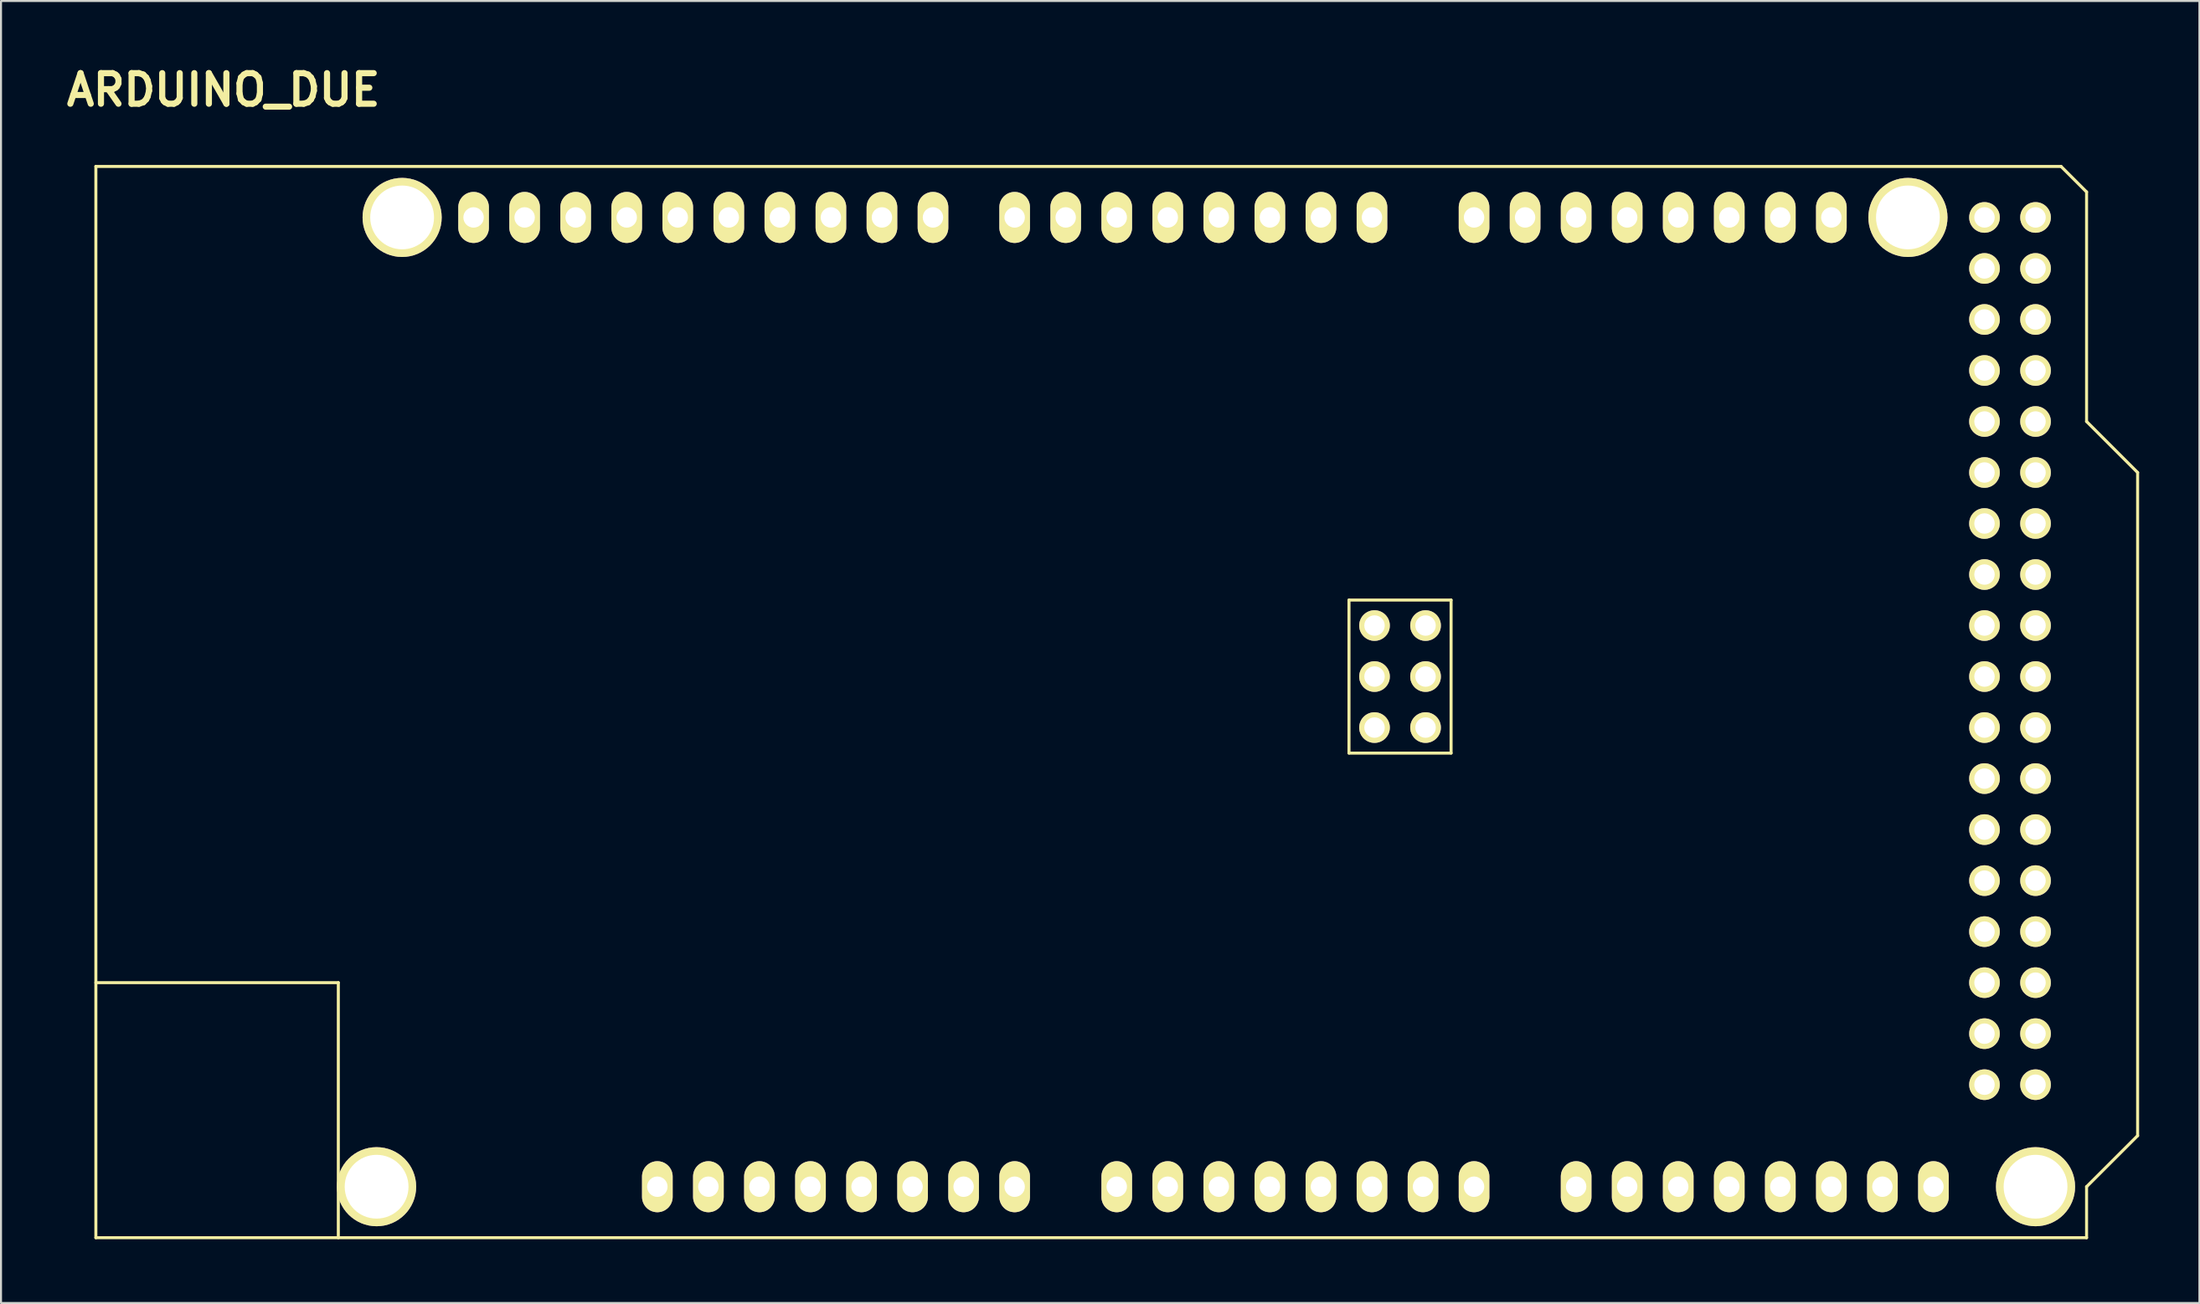
<source format=kicad_pcb>
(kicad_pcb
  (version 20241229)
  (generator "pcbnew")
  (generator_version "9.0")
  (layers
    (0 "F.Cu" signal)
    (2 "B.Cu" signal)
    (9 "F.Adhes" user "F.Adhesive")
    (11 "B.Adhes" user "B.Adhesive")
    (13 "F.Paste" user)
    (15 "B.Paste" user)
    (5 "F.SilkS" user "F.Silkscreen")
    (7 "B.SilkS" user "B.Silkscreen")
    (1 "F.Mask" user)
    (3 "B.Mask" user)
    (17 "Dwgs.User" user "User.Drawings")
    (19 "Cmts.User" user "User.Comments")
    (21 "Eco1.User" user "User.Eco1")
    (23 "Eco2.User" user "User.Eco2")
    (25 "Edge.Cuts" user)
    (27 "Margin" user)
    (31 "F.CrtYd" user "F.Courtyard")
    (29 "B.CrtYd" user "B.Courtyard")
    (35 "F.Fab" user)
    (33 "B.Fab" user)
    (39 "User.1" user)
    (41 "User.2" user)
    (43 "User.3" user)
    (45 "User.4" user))
  (footprint "ARDUINO_DUE"
    (layer "F.Cu")
    (at 1.72 58.576)
    (property "Reference" "ARDUINO_DUE" (at 6.35 -57.15 0) (layer "F.SilkS") (effects (font (size 1.524 1.524) (thickness 0.305))))
    (attr through_hole)
    (fp_line (start 0 -12.7) (end 12.065 -12.7) (stroke (width 0.15) (type solid)) (layer "F.SilkS"))
    (fp_line (start 0 0) (end 0 -53.34) (stroke (width 0.15) (type solid)) (layer "F.SilkS"))
    (fp_line (start 12.065 -12.7) (end 12.065 0) (stroke (width 0.15) (type solid)) (layer "F.SilkS"))
    (fp_line (start 62.357 -31.75) (end 62.357 -24.13) (stroke (width 0.15) (type solid)) (layer "F.SilkS"))
    (fp_line (start 62.357 -24.13) (end 67.437 -24.13) (stroke (width 0.15) (type solid)) (layer "F.SilkS"))
    (fp_line (start 67.437 -31.75) (end 62.357 -31.75) (stroke (width 0.15) (type solid)) (layer "F.SilkS"))
    (fp_line (start 67.437 -24.13) (end 67.437 -31.75) (stroke (width 0.15) (type solid)) (layer "F.SilkS"))
    (fp_line (start 97.79 -53.34) (end 0 -53.34) (stroke (width 0.15) (type solid)) (layer "F.SilkS"))
    (fp_line (start 99.06 -52.07) (end 97.79 -53.34) (stroke (width 0.15) (type solid)) (layer "F.SilkS"))
    (fp_line (start 99.06 -40.64) (end 99.06 -52.07) (stroke (width 0.15) (type solid)) (layer "F.SilkS"))
    (fp_line (start 99.06 -40.64) (end 101.6 -38.1) (stroke (width 0.15) (type solid)) (layer "F.SilkS"))
    (fp_line (start 99.06 -2.54) (end 99.06 0) (stroke (width 0.15) (type solid)) (layer "F.SilkS"))
    (fp_line (start 99.06 0) (end 0 0) (stroke (width 0.15) (type solid)) (layer "F.SilkS"))
    (fp_line (start 101.6 -38.1) (end 101.6 -5.08) (stroke (width 0.15) (type solid)) (layer "F.SilkS"))
    (fp_line (start 101.6 -5.08) (end 99.06 -2.54) (stroke (width 0.15) (type solid)) (layer "F.SilkS"))
    (pad "0" thru_hole oval (at 63.5 -50.8 90) (size 2.54 1.524) (drill 1.016) (layers "*.Cu" "*.Mask" "F.SilkS"))
    (pad "1" thru_hole oval (at 60.96 -50.8 90) (size 2.54 1.524) (drill 1.016) (layers "*.Cu" "*.Mask" "F.SilkS"))
    (pad "2" thru_hole oval (at 58.42 -50.8 90) (size 2.54 1.524) (drill 1.016) (layers "*.Cu" "*.Mask" "F.SilkS"))
    (pad "3" thru_hole oval (at 55.88 -50.8 90) (size 2.54 1.524) (drill 1.016) (layers "*.Cu" "*.Mask" "F.SilkS"))
    (pad "3V3" thru_hole oval (at 35.56 -2.54 90) (size 2.54 1.524) (drill 1.016) (layers "*.Cu" "*.Mask" "F.SilkS"))
    (pad "4" thru_hole oval (at 53.34 -50.8 90) (size 2.54 1.524) (drill 1.016) (layers "*.Cu" "*.Mask" "F.SilkS"))
    (pad "5" thru_hole oval (at 50.8 -50.8 90) (size 2.54 1.524) (drill 1.016) (layers "*.Cu" "*.Mask" "F.SilkS"))
    (pad "5V" thru_hole oval (at 38.1 -2.54 90) (size 2.54 1.524) (drill 1.016) (layers "*.Cu" "*.Mask" "F.SilkS"))
    (pad "5V_4" thru_hole circle (at 93.98 -50.8) (size 1.524 1.524) (drill 1.016) (layers "*.Cu" "*.Mask" "F.SilkS"))
    (pad "5V_5" thru_hole circle (at 96.52 -50.8) (size 1.524 1.524) (drill 1.016) (layers "*.Cu" "*.Mask" "F.SilkS"))
    (pad "5V_6" thru_hole circle (at 66.167 -30.48 90) (size 1.524 1.524) (drill 1.016) (layers "*.Cu" "*.Mask" "F.SilkS"))
    (pad "6" thru_hole oval (at 48.26 -50.8 90) (size 2.54 1.524) (drill 1.016) (layers "*.Cu" "*.Mask" "F.SilkS"))
    (pad "7" thru_hole oval (at 45.72 -50.8 90) (size 2.54 1.524) (drill 1.016) (layers "*.Cu" "*.Mask" "F.SilkS"))
    (pad "8" thru_hole oval (at 41.656 -50.8 90) (size 2.54 1.524) (drill 1.016) (layers "*.Cu" "*.Mask" "F.SilkS"))
    (pad "9" thru_hole oval (at 39.116 -50.8 90) (size 2.54 1.524) (drill 1.016) (layers "*.Cu" "*.Mask" "F.SilkS"))
    (pad "10" thru_hole oval (at 36.576 -50.8 90) (size 2.54 1.524) (drill 1.016) (layers "*.Cu" "*.Mask" "F.SilkS"))
    (pad "11" thru_hole oval (at 34.036 -50.8 90) (size 2.54 1.524) (drill 1.016) (layers "*.Cu" "*.Mask" "F.SilkS"))
    (pad "12" thru_hole oval (at 31.496 -50.8 90) (size 2.54 1.524) (drill 1.016) (layers "*.Cu" "*.Mask" "F.SilkS"))
    (pad "13" thru_hole oval (at 28.956 -50.8 90) (size 2.54 1.524) (drill 1.016) (layers "*.Cu" "*.Mask" "F.SilkS"))
    (pad "14" thru_hole oval (at 68.58 -50.8 90) (size 2.54 1.524) (drill 1.016) (layers "*.Cu" "*.Mask" "F.SilkS"))
    (pad "15" thru_hole oval (at 71.12 -50.8 90) (size 2.54 1.524) (drill 1.016) (layers "*.Cu" "*.Mask" "F.SilkS"))
    (pad "16" thru_hole oval (at 73.66 -50.8 90) (size 2.54 1.524) (drill 1.016) (layers "*.Cu" "*.Mask" "F.SilkS"))
    (pad "17" thru_hole oval (at 76.2 -50.8 90) (size 2.54 1.524) (drill 1.016) (layers "*.Cu" "*.Mask" "F.SilkS"))
    (pad "18" thru_hole oval (at 78.74 -50.8 90) (size 2.54 1.524) (drill 1.016) (layers "*.Cu" "*.Mask" "F.SilkS"))
    (pad "19" thru_hole oval (at 81.28 -50.8 90) (size 2.54 1.524) (drill 1.016) (layers "*.Cu" "*.Mask" "F.SilkS"))
    (pad "20" thru_hole oval (at 83.82 -50.8 90) (size 2.54 1.524) (drill 1.016) (layers "*.Cu" "*.Mask" "F.SilkS"))
    (pad "21" thru_hole oval (at 86.36 -50.8 90) (size 2.54 1.524) (drill 1.016) (layers "*.Cu" "*.Mask" "F.SilkS"))
    (pad "22" thru_hole circle (at 93.98 -48.26) (size 1.524 1.524) (drill 1.016) (layers "*.Cu" "*.Mask" "F.SilkS"))
    (pad "23" thru_hole circle (at 96.52 -48.26) (size 1.524 1.524) (drill 1.016) (layers "*.Cu" "*.Mask" "F.SilkS"))
    (pad "24" thru_hole circle (at 93.98 -45.72) (size 1.524 1.524) (drill 1.016) (layers "*.Cu" "*.Mask" "F.SilkS"))
    (pad "25" thru_hole circle (at 96.52 -45.72) (size 1.524 1.524) (drill 1.016) (layers "*.Cu" "*.Mask" "F.SilkS"))
    (pad "26" thru_hole circle (at 93.98 -43.18) (size 1.524 1.524) (drill 1.016) (layers "*.Cu" "*.Mask" "F.SilkS"))
    (pad "27" thru_hole circle (at 96.52 -43.18) (size 1.524 1.524) (drill 1.016) (layers "*.Cu" "*.Mask" "F.SilkS"))
    (pad "28" thru_hole circle (at 93.98 -40.64) (size 1.524 1.524) (drill 1.016) (layers "*.Cu" "*.Mask" "F.SilkS"))
    (pad "29" thru_hole circle (at 96.52 -40.64) (size 1.524 1.524) (drill 1.016) (layers "*.Cu" "*.Mask" "F.SilkS"))
    (pad "30" thru_hole circle (at 93.98 -38.1) (size 1.524 1.524) (drill 1.016) (layers "*.Cu" "*.Mask" "F.SilkS"))
    (pad "31" thru_hole circle (at 96.52 -38.1) (size 1.524 1.524) (drill 1.016) (layers "*.Cu" "*.Mask" "F.SilkS"))
    (pad "32" thru_hole circle (at 93.98 -35.56) (size 1.524 1.524) (drill 1.016) (layers "*.Cu" "*.Mask" "F.SilkS"))
    (pad "33" thru_hole circle (at 96.52 -35.56) (size 1.524 1.524) (drill 1.016) (layers "*.Cu" "*.Mask" "F.SilkS"))
    (pad "34" thru_hole circle (at 93.98 -33.02) (size 1.524 1.524) (drill 1.016) (layers "*.Cu" "*.Mask" "F.SilkS"))
    (pad "35" thru_hole circle (at 96.52 -33.02) (size 1.524 1.524) (drill 1.016) (layers "*.Cu" "*.Mask" "F.SilkS"))
    (pad "36" thru_hole circle (at 93.98 -30.48) (size 1.524 1.524) (drill 1.016) (layers "*.Cu" "*.Mask" "F.SilkS"))
    (pad "37" thru_hole circle (at 96.52 -30.48) (size 1.524 1.524) (drill 1.016) (layers "*.Cu" "*.Mask" "F.SilkS"))
    (pad "38" thru_hole circle (at 93.98 -27.94) (size 1.524 1.524) (drill 1.016) (layers "*.Cu" "*.Mask" "F.SilkS"))
    (pad "39" thru_hole circle (at 96.52 -27.94) (size 1.524 1.524) (drill 1.016) (layers "*.Cu" "*.Mask" "F.SilkS"))
    (pad "40" thru_hole circle (at 93.98 -25.4) (size 1.524 1.524) (drill 1.016) (layers "*.Cu" "*.Mask" "F.SilkS"))
    (pad "41" thru_hole circle (at 96.52 -25.4) (size 1.524 1.524) (drill 1.016) (layers "*.Cu" "*.Mask" "F.SilkS"))
    (pad "42" thru_hole circle (at 93.98 -22.86) (size 1.524 1.524) (drill 1.016) (layers "*.Cu" "*.Mask" "F.SilkS"))
    (pad "43" thru_hole circle (at 96.52 -22.86) (size 1.524 1.524) (drill 1.016) (layers "*.Cu" "*.Mask" "F.SilkS"))
    (pad "44" thru_hole circle (at 93.98 -20.32) (size 1.524 1.524) (drill 1.016) (layers "*.Cu" "*.Mask" "F.SilkS"))
    (pad "45" thru_hole circle (at 96.52 -20.32) (size 1.524 1.524) (drill 1.016) (layers "*.Cu" "*.Mask" "F.SilkS"))
    (pad "46" thru_hole circle (at 93.98 -17.78) (size 1.524 1.524) (drill 1.016) (layers "*.Cu" "*.Mask" "F.SilkS"))
    (pad "47" thru_hole circle (at 96.52 -17.78) (size 1.524 1.524) (drill 1.016) (layers "*.Cu" "*.Mask" "F.SilkS"))
    (pad "48" thru_hole circle (at 93.98 -15.24) (size 1.524 1.524) (drill 1.016) (layers "*.Cu" "*.Mask" "F.SilkS"))
    (pad "49" thru_hole circle (at 96.52 -15.24) (size 1.524 1.524) (drill 1.016) (layers "*.Cu" "*.Mask" "F.SilkS"))
    (pad "50" thru_hole circle (at 93.98 -12.7) (size 1.524 1.524) (drill 1.016) (layers "*.Cu" "*.Mask" "F.SilkS"))
    (pad "51" thru_hole circle (at 96.52 -12.7) (size 1.524 1.524) (drill 1.016) (layers "*.Cu" "*.Mask" "F.SilkS"))
    (pad "52" thru_hole circle (at 93.98 -10.16) (size 1.524 1.524) (drill 1.016) (layers "*.Cu" "*.Mask" "F.SilkS"))
    (pad "53" thru_hole circle (at 96.52 -10.16) (size 1.524 1.524) (drill 1.016) (layers "*.Cu" "*.Mask" "F.SilkS"))
    (pad "AD0" thru_hole oval (at 50.8 -2.54 90) (size 2.54 1.524) (drill 1.016) (layers "*.Cu" "*.Mask" "F.SilkS"))
    (pad "AD1" thru_hole oval (at 53.34 -2.54 90) (size 2.54 1.524) (drill 1.016) (layers "*.Cu" "*.Mask" "F.SilkS"))
    (pad "AD2" thru_hole oval (at 55.88 -2.54 90) (size 2.54 1.524) (drill 1.016) (layers "*.Cu" "*.Mask" "F.SilkS"))
    (pad "AD3" thru_hole oval (at 58.42 -2.54 90) (size 2.54 1.524) (drill 1.016) (layers "*.Cu" "*.Mask" "F.SilkS"))
    (pad "AD4" thru_hole oval (at 60.96 -2.54 90) (size 2.54 1.524) (drill 1.016) (layers "*.Cu" "*.Mask" "F.SilkS"))
    (pad "AD5" thru_hole oval (at 63.5 -2.54 90) (size 2.54 1.524) (drill 1.016) (layers "*.Cu" "*.Mask" "F.SilkS"))
    (pad "AD6" thru_hole oval (at 66.04 -2.54 90) (size 2.54 1.524) (drill 1.016) (layers "*.Cu" "*.Mask" "F.SilkS"))
    (pad "AD7" thru_hole oval (at 68.58 -2.54 90) (size 2.54 1.524) (drill 1.016) (layers "*.Cu" "*.Mask" "F.SilkS"))
    (pad "AD8" thru_hole oval (at 73.66 -2.54 90) (size 2.54 1.524) (drill 1.016) (layers "*.Cu" "*.Mask" "F.SilkS"))
    (pad "AD9" thru_hole oval (at 76.2 -2.54 90) (size 2.54 1.524) (drill 1.016) (layers "*.Cu" "*.Mask" "F.SilkS"))
    (pad "AD10" thru_hole oval (at 78.74 -2.54 90) (size 2.54 1.524) (drill 1.016) (layers "*.Cu" "*.Mask" "F.SilkS"))
    (pad "AD11" thru_hole oval (at 81.28 -2.54 90) (size 2.54 1.524) (drill 1.016) (layers "*.Cu" "*.Mask" "F.SilkS"))
    (pad "AREF" thru_hole oval (at 23.876 -50.8 90) (size 2.54 1.524) (drill 1.016) (layers "*.Cu" "*.Mask" "F.SilkS"))
    (pad "CANR" thru_hole oval (at 88.9 -2.54 90) (size 2.54 1.524) (drill 1.016) (layers "*.Cu" "*.Mask" "F.SilkS"))
    (pad "CANT" thru_hole oval (at 91.44 -2.54 90) (size 2.54 1.524) (drill 1.016) (layers "*.Cu" "*.Mask" "F.SilkS"))
    (pad "DAC0" thru_hole oval (at 83.82 -2.54 90) (size 2.54 1.524) (drill 1.016) (layers "*.Cu" "*.Mask" "F.SilkS"))
    (pad "DAC1" thru_hole oval (at 86.36 -2.54 90) (size 2.54 1.524) (drill 1.016) (layers "*.Cu" "*.Mask" "F.SilkS"))
    (pad "GND1" thru_hole circle (at 13.97 -2.54 90) (size 3.937 3.937) (drill 3.175) (layers "*.Cu" "*.Mask" "F.SilkS"))
    (pad "GND1" thru_hole circle (at 15.24 -50.8 90) (size 3.937 3.937) (drill 3.175) (layers "*.Cu" "*.Mask" "F.SilkS"))
    (pad "GND1" thru_hole oval (at 40.64 -2.54 90) (size 2.54 1.524) (drill 1.016) (layers "*.Cu" "*.Mask" "F.SilkS"))
    (pad "GND1" thru_hole circle (at 90.17 -50.8 90) (size 3.937 3.937) (drill 3.175) (layers "*.Cu" "*.Mask" "F.SilkS"))
    (pad "GND1" thru_hole circle (at 96.52 -2.54 90) (size 3.937 3.937) (drill 3.175) (layers "*.Cu" "*.Mask" "F.SilkS"))
    (pad "GND2" thru_hole oval (at 43.18 -2.54 90) (size 2.54 1.524) (drill 1.016) (layers "*.Cu" "*.Mask" "F.SilkS"))
    (pad "GND3" thru_hole oval (at 26.416 -50.8 90) (size 2.54 1.524) (drill 1.016) (layers "*.Cu" "*.Mask" "F.SilkS"))
    (pad "GND4" thru_hole circle (at 93.98 -7.62) (size 1.524 1.524) (drill 1.016) (layers "*.Cu" "*.Mask" "F.SilkS"))
    (pad "GND5" thru_hole circle (at 96.52 -7.62) (size 1.524 1.524) (drill 1.016) (layers "*.Cu" "*.Mask" "F.SilkS"))
    (pad "GND6" thru_hole circle (at 66.167 -25.4 90) (size 1.524 1.524) (drill 1.016) (layers "*.Cu" "*.Mask" "F.SilkS"))
    (pad "IOR" thru_hole oval (at 30.48 -2.54 90) (size 2.54 1.524) (drill 1.016) (layers "*.Cu" "*.Mask" "F.SilkS"))
    (pad "MISO" thru_hole circle (at 63.627 -30.48 90) (size 1.524 1.524) (drill 1.016) (layers "*.Cu" "*.Mask" "F.SilkS"))
    (pad "MOSI" thru_hole circle (at 66.167 -27.94 90) (size 1.524 1.524) (drill 1.016) (layers "*.Cu" "*.Mask" "F.SilkS"))
    (pad "NC" thru_hole oval (at 27.94 -2.54 90) (size 2.54 1.524) (drill 1.016) (layers "*.Cu" "*.Mask" "F.SilkS"))
    (pad "RST1" thru_hole oval (at 33.02 -2.54 90) (size 2.54 1.524) (drill 1.016) (layers "*.Cu" "*.Mask" "F.SilkS"))
    (pad "RST2" thru_hole circle (at 63.627 -25.4 90) (size 1.524 1.524) (drill 1.016) (layers "*.Cu" "*.Mask" "F.SilkS"))
    (pad "SCL1" thru_hole oval (at 18.796 -50.8 90) (size 2.54 1.524) (drill 1.016) (layers "*.Cu" "*.Mask" "F.SilkS"))
    (pad "SDA1" thru_hole oval (at 21.336 -50.8 90) (size 2.54 1.524) (drill 1.016) (layers "*.Cu" "*.Mask" "F.SilkS"))
    (pad "SPCK" thru_hole circle (at 63.627 -27.94 90) (size 1.524 1.524) (drill 1.016) (layers "*.Cu" "*.Mask" "F.SilkS"))
    (pad "V_IN" thru_hole oval (at 45.72 -2.54 90) (size 2.54 1.524) (drill 1.016) (layers "*.Cu" "*.Mask" "F.SilkS")))
  (gr_rect
    (start -3 -3)
    (end 106.395 61.826)
    (stroke (width 0.1) (type default))
    (fill no)
    (layer "Edge.Cuts")))
</source>
